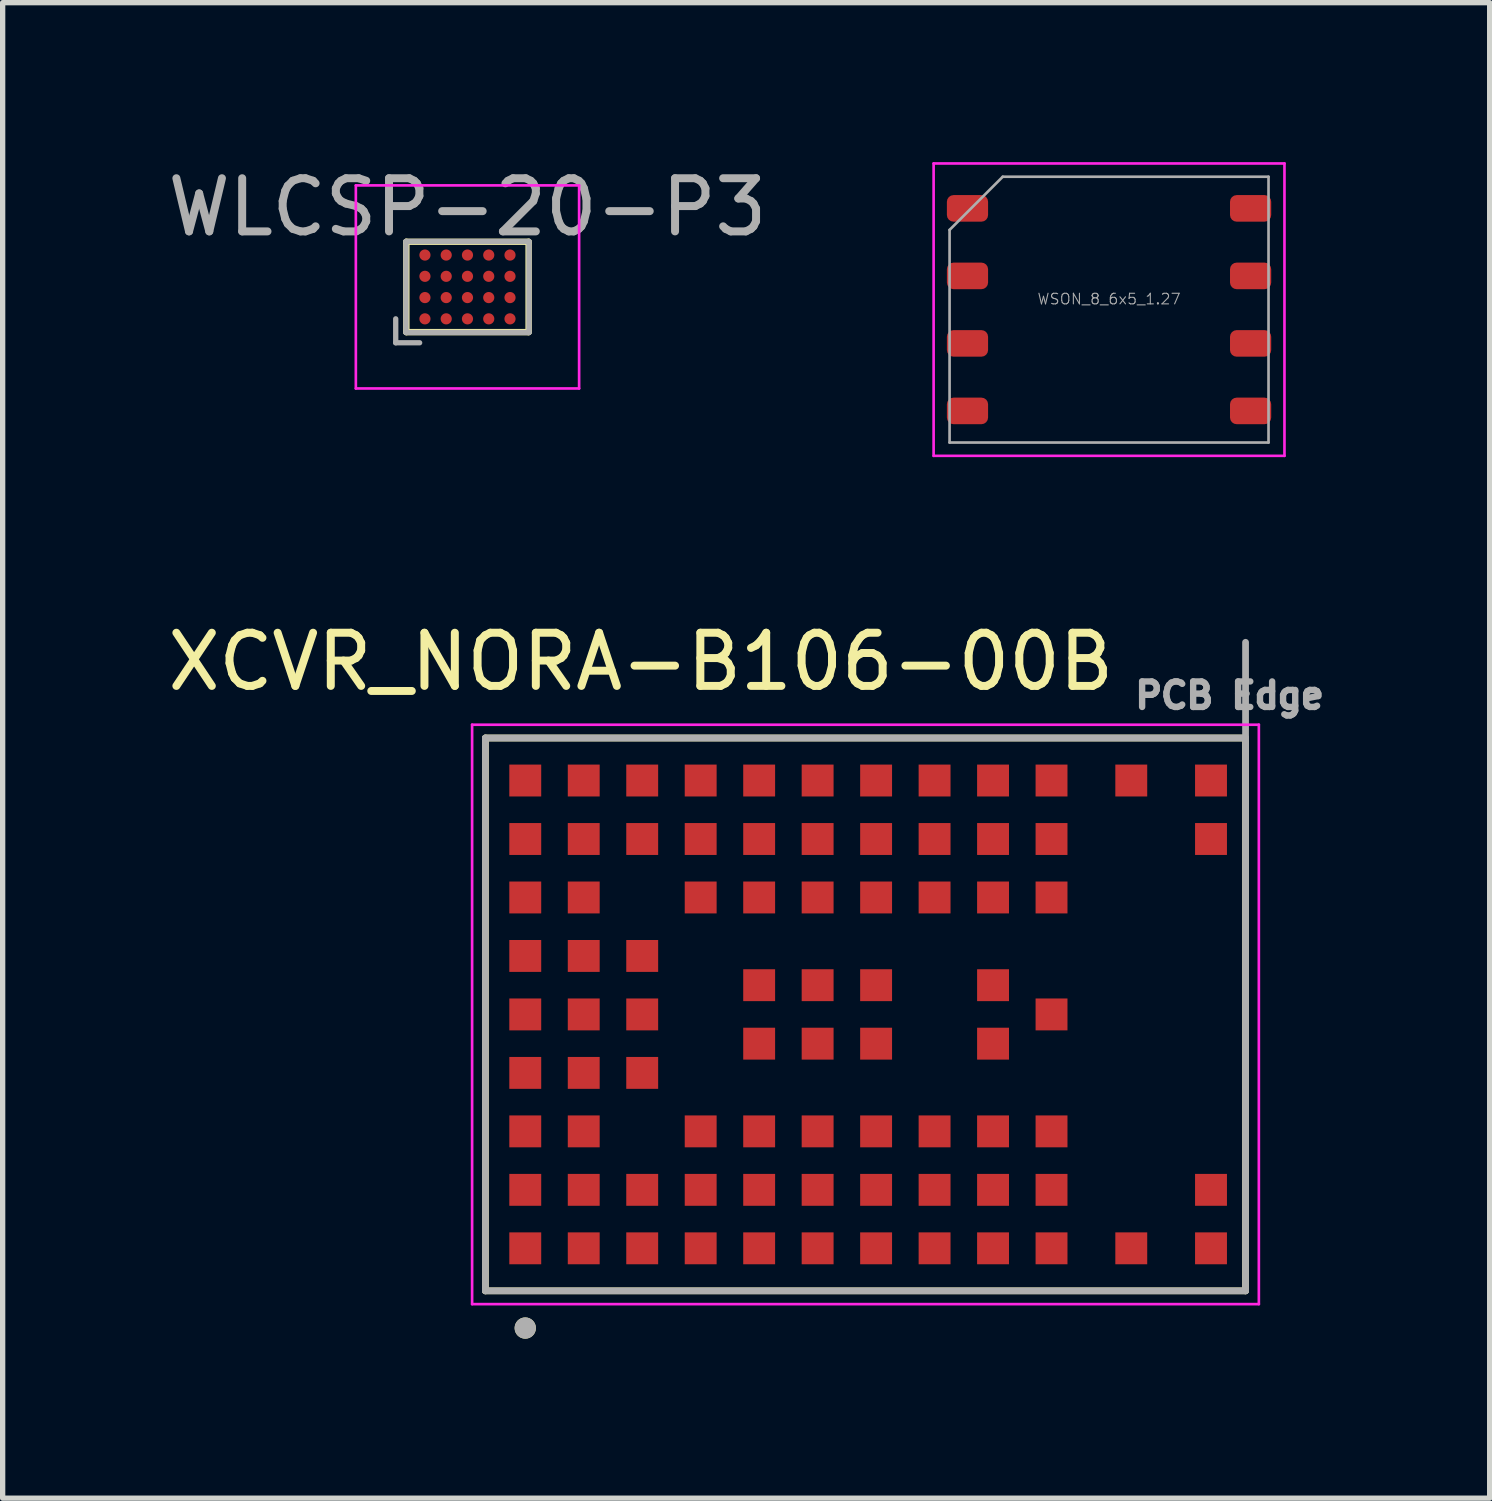
<source format=kicad_pcb>
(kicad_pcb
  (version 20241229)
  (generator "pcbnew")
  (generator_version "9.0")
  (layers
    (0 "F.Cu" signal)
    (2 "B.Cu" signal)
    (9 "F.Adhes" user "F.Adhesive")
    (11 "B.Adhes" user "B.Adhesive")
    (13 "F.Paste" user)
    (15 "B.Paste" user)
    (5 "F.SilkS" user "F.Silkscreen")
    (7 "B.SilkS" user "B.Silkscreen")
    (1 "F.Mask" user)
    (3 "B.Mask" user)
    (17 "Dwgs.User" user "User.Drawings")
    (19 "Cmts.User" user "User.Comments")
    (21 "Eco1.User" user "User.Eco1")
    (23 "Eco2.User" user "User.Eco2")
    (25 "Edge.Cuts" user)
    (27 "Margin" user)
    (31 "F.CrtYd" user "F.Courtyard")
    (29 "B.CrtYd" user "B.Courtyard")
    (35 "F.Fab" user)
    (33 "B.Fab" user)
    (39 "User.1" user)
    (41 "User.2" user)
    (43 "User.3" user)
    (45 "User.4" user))
  (footprint "XCVR_NORA-B106-00B"
    (layer "F.Cu")
    (at 12.331 16.033)
    (property "Reference" "XCVR_NORA-B106-00B" (at -3.325 -6.635 0) (layer "F.SilkS") (effects (font (size 1 1) (thickness 0.15))))
    (attr smd)
    (fp_line (start -6.25 -5.2) (end 8.05 -5.2) (stroke (width 0.127) (type solid)) (layer "F.SilkS"))
    (fp_line (start -6.25 5.2) (end -6.25 -5.2) (stroke (width 0.127) (type solid)) (layer "F.SilkS"))
    (fp_line (start 8.05 -5.2) (end 8.05 5.2) (stroke (width 0.127) (type solid)) (layer "F.SilkS"))
    (fp_line (start 8.05 5.2) (end -6.25 5.2) (stroke (width 0.127) (type solid)) (layer "F.SilkS"))
    (fp_circle (center -5.5 5.9) (end -5.4 5.9) (stroke (width 0.2) (type solid)) (fill no) (layer "F.SilkS"))
    (fp_line (start -6.5 -5.45) (end -6.5 5.45) (stroke (width 0.05) (type solid)) (layer "F.CrtYd"))
    (fp_line (start -6.5 5.45) (end 8.3 5.45) (stroke (width 0.05) (type solid)) (layer "F.CrtYd"))
    (fp_line (start 8.3 -5.45) (end -6.5 -5.45) (stroke (width 0.05) (type solid)) (layer "F.CrtYd"))
    (fp_line (start 8.3 5.45) (end 8.3 -5.45) (stroke (width 0.05) (type solid)) (layer "F.CrtYd"))
    (fp_line (start -6.25 -5.2) (end 8.05 -5.2) (stroke (width 0.127) (type solid)) (layer "F.Fab"))
    (fp_line (start -6.25 5.2) (end -6.25 -5.2) (stroke (width 0.127) (type solid)) (layer "F.Fab"))
    (fp_line (start 8.05 -7) (end 8.05 -5.2) (stroke (width 0.127) (type solid)) (layer "F.Fab"))
    (fp_line (start 8.05 -5.2) (end 8.05 5.2) (stroke (width 0.127) (type solid)) (layer "F.Fab"))
    (fp_line (start 8.05 5.2) (end -6.25 5.2) (stroke (width 0.127) (type solid)) (layer "F.Fab"))
    (fp_circle (center -5.5 5.9) (end -5.4 5.9) (stroke (width 0.2) (type solid)) (fill no) (layer "F.Fab"))
    (fp_text user "PCB Edge" (at 7.75 -6 0) (layer "F.Fab") (effects (font (size 0.48 0.48) (thickness 0.15))))
    (pad "A1" smd rect (at -5.5 4.4) (size 0.6 0.6) (layers "F.Cu" "F.Mask" "F.Paste"))
    (pad "A2" smd rect (at -5.5 3.3) (size 0.6 0.6) (layers "F.Cu" "F.Mask" "F.Paste"))
    (pad "A3" smd rect (at -5.5 2.2) (size 0.6 0.6) (layers "F.Cu" "F.Mask" "F.Paste"))
    (pad "A4" smd rect (at -5.5 1.1) (size 0.6 0.6) (layers "F.Cu" "F.Mask" "F.Paste"))
    (pad "A5" smd rect (at -5.5 0) (size 0.6 0.6) (layers "F.Cu" "F.Mask" "F.Paste"))
    (pad "A6" smd rect (at -5.5 -1.1) (size 0.6 0.6) (layers "F.Cu" "F.Mask" "F.Paste"))
    (pad "A7" smd rect (at -5.5 -2.2) (size 0.6 0.6) (layers "F.Cu" "F.Mask" "F.Paste"))
    (pad "A8" smd rect (at -5.5 -3.3) (size 0.6 0.6) (layers "F.Cu" "F.Mask" "F.Paste"))
    (pad "A9" smd rect (at -5.5 -4.4) (size 0.6 0.6) (layers "F.Cu" "F.Mask" "F.Paste"))
    (pad "B1" smd rect (at -4.4 4.4) (size 0.6 0.6) (layers "F.Cu" "F.Mask" "F.Paste"))
    (pad "B2" smd rect (at -4.4 3.3) (size 0.6 0.6) (layers "F.Cu" "F.Mask" "F.Paste"))
    (pad "B3" smd rect (at -4.4 2.2) (size 0.6 0.6) (layers "F.Cu" "F.Mask" "F.Paste"))
    (pad "B4" smd rect (at -4.4 1.1) (size 0.6 0.6) (layers "F.Cu" "F.Mask" "F.Paste"))
    (pad "B5" smd rect (at -4.4 0) (size 0.6 0.6) (layers "F.Cu" "F.Mask" "F.Paste"))
    (pad "B6" smd rect (at -4.4 -1.1) (size 0.6 0.6) (layers "F.Cu" "F.Mask" "F.Paste"))
    (pad "B7" smd rect (at -4.4 -2.2) (size 0.6 0.6) (layers "F.Cu" "F.Mask" "F.Paste"))
    (pad "B8" smd rect (at -4.4 -3.3) (size 0.6 0.6) (layers "F.Cu" "F.Mask" "F.Paste"))
    (pad "B9" smd rect (at -4.4 -4.4) (size 0.6 0.6) (layers "F.Cu" "F.Mask" "F.Paste"))
    (pad "C1" smd rect (at -3.3 4.4) (size 0.6 0.6) (layers "F.Cu" "F.Mask" "F.Paste"))
    (pad "C2" smd rect (at -3.3 3.3) (size 0.6 0.6) (layers "F.Cu" "F.Mask" "F.Paste"))
    (pad "C4" smd rect (at -3.3 1.1) (size 0.6 0.6) (layers "F.Cu" "F.Mask" "F.Paste"))
    (pad "C5" smd rect (at -3.3 0) (size 0.6 0.6) (layers "F.Cu" "F.Mask" "F.Paste"))
    (pad "C6" smd rect (at -3.3 -1.1) (size 0.6 0.6) (layers "F.Cu" "F.Mask" "F.Paste"))
    (pad "C8" smd rect (at -3.3 -3.3) (size 0.6 0.6) (layers "F.Cu" "F.Mask" "F.Paste"))
    (pad "C9" smd rect (at -3.3 -4.4) (size 0.6 0.6) (layers "F.Cu" "F.Mask" "F.Paste"))
    (pad "D1" smd rect (at -2.2 4.4) (size 0.6 0.6) (layers "F.Cu" "F.Mask" "F.Paste"))
    (pad "D2" smd rect (at -2.2 3.3) (size 0.6 0.6) (layers "F.Cu" "F.Mask" "F.Paste"))
    (pad "D3" smd rect (at -2.2 2.2) (size 0.6 0.6) (layers "F.Cu" "F.Mask" "F.Paste"))
    (pad "D7" smd rect (at -2.2 -2.2) (size 0.6 0.6) (layers "F.Cu" "F.Mask" "F.Paste"))
    (pad "D8" smd rect (at -2.2 -3.3) (size 0.6 0.6) (layers "F.Cu" "F.Mask" "F.Paste"))
    (pad "D9" smd rect (at -2.2 -4.4) (size 0.6 0.6) (layers "F.Cu" "F.Mask" "F.Paste"))
    (pad "E1" smd rect (at -1.1 4.4) (size 0.6 0.6) (layers "F.Cu" "F.Mask" "F.Paste"))
    (pad "E2" smd rect (at -1.1 3.3) (size 0.6 0.6) (layers "F.Cu" "F.Mask" "F.Paste"))
    (pad "E3" smd rect (at -1.1 2.2) (size 0.6 0.6) (layers "F.Cu" "F.Mask" "F.Paste"))
    (pad "E4" smd rect (at -1.1 0.55) (size 0.6 0.6) (layers "F.Cu" "F.Mask" "F.Paste"))
    (pad "E5" smd rect (at -1.1 -0.55) (size 0.6 0.6) (layers "F.Cu" "F.Mask" "F.Paste"))
    (pad "E7" smd rect (at -1.1 -2.2) (size 0.6 0.6) (layers "F.Cu" "F.Mask" "F.Paste"))
    (pad "E8" smd rect (at -1.1 -3.3) (size 0.6 0.6) (layers "F.Cu" "F.Mask" "F.Paste"))
    (pad "E9" smd rect (at -1.1 -4.4) (size 0.6 0.6) (layers "F.Cu" "F.Mask" "F.Paste"))
    (pad "F1" smd rect (at 0 4.4) (size 0.6 0.6) (layers "F.Cu" "F.Mask" "F.Paste"))
    (pad "F2" smd rect (at 0 3.3) (size 0.6 0.6) (layers "F.Cu" "F.Mask" "F.Paste"))
    (pad "F3" smd rect (at 0 2.2) (size 0.6 0.6) (layers "F.Cu" "F.Mask" "F.Paste"))
    (pad "F4" smd rect (at 0 0.55) (size 0.6 0.6) (layers "F.Cu" "F.Mask" "F.Paste"))
    (pad "F5" smd rect (at 0 -0.55) (size 0.6 0.6) (layers "F.Cu" "F.Mask" "F.Paste"))
    (pad "F7" smd rect (at 0 -2.2) (size 0.6 0.6) (layers "F.Cu" "F.Mask" "F.Paste"))
    (pad "F8" smd rect (at 0 -3.3) (size 0.6 0.6) (layers "F.Cu" "F.Mask" "F.Paste"))
    (pad "F9" smd rect (at 0 -4.4) (size 0.6 0.6) (layers "F.Cu" "F.Mask" "F.Paste"))
    (pad "G1" smd rect (at 1.1 4.4) (size 0.6 0.6) (layers "F.Cu" "F.Mask" "F.Paste"))
    (pad "G2" smd rect (at 1.1 3.3) (size 0.6 0.6) (layers "F.Cu" "F.Mask" "F.Paste"))
    (pad "G3" smd rect (at 1.1 2.2) (size 0.6 0.6) (layers "F.Cu" "F.Mask" "F.Paste"))
    (pad "G4" smd rect (at 1.1 0.55) (size 0.6 0.6) (layers "F.Cu" "F.Mask" "F.Paste"))
    (pad "G5" smd rect (at 1.1 -0.55) (size 0.6 0.6) (layers "F.Cu" "F.Mask" "F.Paste"))
    (pad "G7" smd rect (at 1.1 -2.2) (size 0.6 0.6) (layers "F.Cu" "F.Mask" "F.Paste"))
    (pad "G8" smd rect (at 1.1 -3.3) (size 0.6 0.6) (layers "F.Cu" "F.Mask" "F.Paste"))
    (pad "G9" smd rect (at 1.1 -4.4) (size 0.6 0.6) (layers "F.Cu" "F.Mask" "F.Paste"))
    (pad "H1" smd rect (at 2.2 4.4) (size 0.6 0.6) (layers "F.Cu" "F.Mask" "F.Paste"))
    (pad "H2" smd rect (at 2.2 3.3) (size 0.6 0.6) (layers "F.Cu" "F.Mask" "F.Paste"))
    (pad "H3" smd rect (at 2.2 2.2) (size 0.6 0.6) (layers "F.Cu" "F.Mask" "F.Paste"))
    (pad "H7" smd rect (at 2.2 -2.2) (size 0.6 0.6) (layers "F.Cu" "F.Mask" "F.Paste"))
    (pad "H8" smd rect (at 2.2 -3.3) (size 0.6 0.6) (layers "F.Cu" "F.Mask" "F.Paste"))
    (pad "H9" smd rect (at 2.2 -4.4) (size 0.6 0.6) (layers "F.Cu" "F.Mask" "F.Paste"))
    (pad "J1" smd rect (at 3.3 4.4) (size 0.6 0.6) (layers "F.Cu" "F.Mask" "F.Paste"))
    (pad "J2" smd rect (at 3.3 3.3) (size 0.6 0.6) (layers "F.Cu" "F.Mask" "F.Paste"))
    (pad "J3" smd rect (at 3.3 2.2) (size 0.6 0.6) (layers "F.Cu" "F.Mask" "F.Paste"))
    (pad "J4" smd rect (at 3.3 0.55) (size 0.6 0.6) (layers "F.Cu" "F.Mask" "F.Paste"))
    (pad "J5" smd rect (at 3.3 -0.55) (size 0.6 0.6) (layers "F.Cu" "F.Mask" "F.Paste"))
    (pad "J7" smd rect (at 3.3 -2.2) (size 0.6 0.6) (layers "F.Cu" "F.Mask" "F.Paste"))
    (pad "J8" smd rect (at 3.3 -3.3) (size 0.6 0.6) (layers "F.Cu" "F.Mask" "F.Paste"))
    (pad "J9" smd rect (at 3.3 -4.4) (size 0.6 0.6) (layers "F.Cu" "F.Mask" "F.Paste"))
    (pad "K1" smd rect (at 4.4 4.4) (size 0.6 0.6) (layers "F.Cu" "F.Mask" "F.Paste"))
    (pad "K2" smd rect (at 4.4 3.3) (size 0.6 0.6) (layers "F.Cu" "F.Mask" "F.Paste"))
    (pad "K3" smd rect (at 4.4 2.2) (size 0.6 0.6) (layers "F.Cu" "F.Mask" "F.Paste"))
    (pad "K5" smd rect (at 4.4 0) (size 0.6 0.6) (layers "F.Cu" "F.Mask" "F.Paste"))
    (pad "K7" smd rect (at 4.4 -2.2) (size 0.6 0.6) (layers "F.Cu" "F.Mask" "F.Paste"))
    (pad "K8" smd rect (at 4.4 -3.3) (size 0.6 0.6) (layers "F.Cu" "F.Mask" "F.Paste"))
    (pad "K9" smd rect (at 4.4 -4.4) (size 0.6 0.6) (layers "F.Cu" "F.Mask" "F.Paste"))
    (pad "L1" smd rect (at 5.9 4.4) (size 0.6 0.6) (layers "F.Cu" "F.Mask" "F.Paste"))
    (pad "L9" smd rect (at 5.9 -4.4) (size 0.6 0.6) (layers "F.Cu" "F.Mask" "F.Paste"))
    (pad "M1" smd rect (at 7.4 4.4) (size 0.6 0.6) (layers "F.Cu" "F.Mask" "F.Paste"))
    (pad "M2" smd rect (at 7.4 3.3) (size 0.6 0.6) (layers "F.Cu" "F.Mask" "F.Paste"))
    (pad "M8" smd rect (at 7.4 -3.3) (size 0.6 0.6) (layers "F.Cu" "F.Mask" "F.Paste"))
    (pad "M9" smd rect (at 7.4 -4.4) (size 0.6 0.6) (layers "F.Cu" "F.Mask" "F.Paste"))
    (zone (net_name "") (layer "F.Cu") (hatch full 0.508) (connect_pads) (min_thickness 0.01) (filled_areas_thickness no) (keepout (tracks not_allowed) (vias not_allowed) (pads not_allowed) (copperpour not_allowed) (footprints allowed)) (placement (enabled no)) (fill) (polygon (pts (xy 17.031 11.933) (xy 17.031 20.133) (xy 19.431 20.133) (xy 19.431 19.033) (xy 20.231 19.033) (xy 20.231 21.233) (xy 20.381 21.233) (xy 20.381 10.833) (xy 20.231 10.833) (xy 20.231 13.033) (xy 19.431 13.033) (xy 19.431 11.933))))
    (zone (net_name "") (layers "F.Cu" "B.Cu") (hatch full 0.508) (connect_pads) (min_thickness 0.01) (filled_areas_thickness no) (keepout (tracks allowed) (vias not_allowed) (pads allowed) (copperpour allowed) (footprints allowed)) (placement (enabled no)) (fill) (polygon (pts (xy 17.031 11.933) (xy 17.031 20.133) (xy 19.431 20.133) (xy 19.431 19.033) (xy 20.231 19.033) (xy 20.231 21.233) (xy 20.381 21.233) (xy 20.381 10.833) (xy 20.231 10.833) (xy 20.231 13.033) (xy 19.431 13.033) (xy 19.431 11.933))))
    (zone (net_name "") (layer "B.Cu") (hatch full 0.508) (connect_pads) (min_thickness 0.01) (filled_areas_thickness no) (keepout (tracks not_allowed) (vias not_allowed) (pads not_allowed) (copperpour not_allowed) (footprints allowed)) (placement (enabled no)) (fill) (polygon (pts (xy 17.031 11.933) (xy 17.031 20.133) (xy 19.431 20.133) (xy 19.431 19.033) (xy 20.231 19.033) (xy 20.231 21.233) (xy 20.381 21.233) (xy 20.381 10.833) (xy 20.231 10.833) (xy 20.231 13.033) (xy 19.431 13.033) (xy 19.431 11.933)))))
  (footprint "WLCSP-20-P3"
    (layer "F.Cu")
    (at 5.744 2.348)
    (property "Reference" "WLCSP-20-P3" (at 0 -1.5 0) (layer "F.Fab") (effects (font (size 1 1) (thickness 0.15))))
    (attr smd)
    (fp_line (start -1.15 -0.85) (end 1.15 -0.85) (stroke (width 0.12) (type default)) (layer "F.SilkS"))
    (fp_line (start -1.15 0.85) (end -1.15 -0.85) (stroke (width 0.12) (type default)) (layer "F.SilkS"))
    (fp_line (start 1.15 -0.85) (end 1.15 0.85) (stroke (width 0.12) (type default)) (layer "F.SilkS"))
    (fp_line (start 1.15 0.85) (end -1.15 0.85) (stroke (width 0.12) (type default)) (layer "F.SilkS"))
    (fp_line (start -2.1 -1.91) (end -2.1 1.91) (stroke (width 0.05) (type solid)) (layer "F.CrtYd"))
    (fp_line (start -2.1 -1.91) (end 2.1 -1.91) (stroke (width 0.05) (type solid)) (layer "F.CrtYd"))
    (fp_line (start -2.1 1.91) (end 2.1 1.91) (stroke (width 0.05) (type solid)) (layer "F.CrtYd"))
    (fp_line (start 2.1 -1.91) (end 2.1 1.91) (stroke (width 0.05) (type solid)) (layer "F.CrtYd"))
    (fp_line (start -1.35 0.6) (end -1.35 1.05) (stroke (width 0.1) (type solid)) (layer "F.Fab"))
    (fp_line (start -1.35 1.05) (end -0.9 1.05) (stroke (width 0.1) (type solid)) (layer "F.Fab"))
    (fp_line (start -1.157 -0.856) (end 1.157 -0.856) (stroke (width 0.1) (type solid)) (layer "F.Fab"))
    (fp_line (start -1.157 0.856) (end -1.157 -0.856) (stroke (width 0.1) (type solid)) (layer "F.Fab"))
    (fp_line (start -1.157 0.856) (end 1.157 0.856) (stroke (width 0.1) (type solid)) (layer "F.Fab"))
    (fp_line (start 1.157 0.856) (end 1.157 -0.856) (stroke (width 0.1) (type solid)) (layer "F.Fab"))
    (pad "A1" smd circle (at -0.8 0.6) (size 0.21 0.21) (layers "F.Cu" "F.Mask" "F.Paste"))
    (pad "A2" smd circle (at -0.4 0.6) (size 0.21 0.21) (layers "F.Cu" "F.Mask" "F.Paste"))
    (pad "A3" smd circle (at 0 0.6) (size 0.21 0.21) (layers "F.Cu" "F.Mask" "F.Paste"))
    (pad "A4" smd circle (at 0.4 0.6) (size 0.21 0.21) (layers "F.Cu" "F.Mask" "F.Paste"))
    (pad "A5" smd circle (at 0.8 0.6) (size 0.21 0.21) (layers "F.Cu" "F.Mask" "F.Paste"))
    (pad "B1" smd circle (at -0.8 0.2) (size 0.21 0.21) (layers "F.Cu" "F.Mask" "F.Paste"))
    (pad "B2" smd circle (at -0.4 0.2) (size 0.21 0.21) (layers "F.Cu" "F.Mask" "F.Paste"))
    (pad "B3" smd circle (at 0 0.2) (size 0.21 0.21) (layers "F.Cu" "F.Mask" "F.Paste"))
    (pad "B4" smd circle (at 0.4 0.2) (size 0.21 0.21) (layers "F.Cu" "F.Mask" "F.Paste"))
    (pad "B5" smd circle (at 0.8 0.2) (size 0.21 0.21) (layers "F.Cu" "F.Mask" "F.Paste"))
    (pad "C1" smd circle (at -0.8 -0.2) (size 0.21 0.21) (layers "F.Cu" "F.Mask" "F.Paste"))
    (pad "C2" smd circle (at -0.4 -0.2) (size 0.21 0.21) (layers "F.Cu" "F.Mask" "F.Paste"))
    (pad "C3" smd circle (at 0 -0.2) (size 0.21 0.21) (layers "F.Cu" "F.Mask" "F.Paste"))
    (pad "C4" smd circle (at 0.4 -0.2) (size 0.21 0.21) (layers "F.Cu" "F.Mask" "F.Paste"))
    (pad "C5" smd circle (at 0.8 -0.2) (size 0.21 0.21) (layers "F.Cu" "F.Mask" "F.Paste"))
    (pad "D1" smd circle (at -0.8 -0.6) (size 0.21 0.21) (layers "F.Cu" "F.Mask" "F.Paste"))
    (pad "D2" smd circle (at -0.4 -0.6) (size 0.21 0.21) (layers "F.Cu" "F.Mask" "F.Paste"))
    (pad "D3" smd circle (at 0 -0.6) (size 0.21 0.21) (layers "F.Cu" "F.Mask" "F.Paste"))
    (pad "D4" smd circle (at 0.4 -0.6) (size 0.21 0.21) (layers "F.Cu" "F.Mask" "F.Paste"))
    (pad "D5" smd circle (at 0.8 -0.6) (size 0.21 0.21) (layers "F.Cu" "F.Mask" "F.Paste")))
  (footprint "WSON_8_6x5_1.27"
    (layer "F.Cu")
    (at 17.813 2.775)
    (property "Reference" "WSON_8_6x5_1.27" (at 0 -0.2 0) (unlocked yes) (layer "F.Fab") (effects (font (size 0.2 0.2) (thickness 0.02))))
    (attr smd)
    (fp_line (start -3.3 -2.75) (end -3.3 2.75) (stroke (width 0.05) (type solid)) (layer "F.CrtYd"))
    (fp_line (start -3.3 2.75) (end 3.3 2.75) (stroke (width 0.05) (type solid)) (layer "F.CrtYd"))
    (fp_line (start 3.3 -2.75) (end -3.3 -2.75) (stroke (width 0.05) (type solid)) (layer "F.CrtYd"))
    (fp_line (start 3.3 2.75) (end 3.3 -2.75) (stroke (width 0.05) (type solid)) (layer "F.CrtYd"))
    (fp_line (start -3 -1.5) (end -2 -2.5) (stroke (width 0.05) (type solid)) (layer "F.Fab"))
    (fp_line (start -3 2.5) (end -3 -1.5) (stroke (width 0.05) (type solid)) (layer "F.Fab"))
    (fp_line (start -2 -2.5) (end 3 -2.5) (stroke (width 0.05) (type solid)) (layer "F.Fab"))
    (fp_line (start 3 -2.5) (end 3 2.5) (stroke (width 0.05) (type solid)) (layer "F.Fab"))
    (fp_line (start 3 2.5) (end -3 2.5) (stroke (width 0.05) (type solid)) (layer "F.Fab"))
    (pad "1" smd roundrect (at -2.663 -1.905) (size 0.775 0.5) (layers "F.Cu" "F.Mask" "F.Paste") (roundrect_rratio 0.25))
    (pad "2" smd roundrect (at -2.663 -0.635) (size 0.775 0.5) (layers "F.Cu" "F.Mask" "F.Paste") (roundrect_rratio 0.25))
    (pad "3" smd roundrect (at -2.663 0.635) (size 0.775 0.5) (layers "F.Cu" "F.Mask" "F.Paste") (roundrect_rratio 0.25))
    (pad "4" smd roundrect (at -2.663 1.905) (size 0.775 0.5) (layers "F.Cu" "F.Mask" "F.Paste") (roundrect_rratio 0.25))
    (pad "5" smd roundrect (at 2.663 1.905) (size 0.775 0.5) (layers "F.Cu" "F.Mask" "F.Paste") (roundrect_rratio 0.25))
    (pad "6" smd roundrect (at 2.663 0.635) (size 0.775 0.5) (layers "F.Cu" "F.Mask" "F.Paste") (roundrect_rratio 0.25))
    (pad "7" smd roundrect (at 2.663 -0.635) (size 0.775 0.5) (layers "F.Cu" "F.Mask" "F.Paste") (roundrect_rratio 0.25))
    (pad "8" smd roundrect (at 2.663 -1.905) (size 0.775 0.5) (layers "F.Cu" "F.Mask" "F.Paste") (roundrect_rratio 0.25)))
  (gr_rect
    (start -3 -3)
    (end 24.973 25.133)
    (stroke (width 0.1) (type default))
    (fill no)
    (layer "Edge.Cuts")))
</source>
